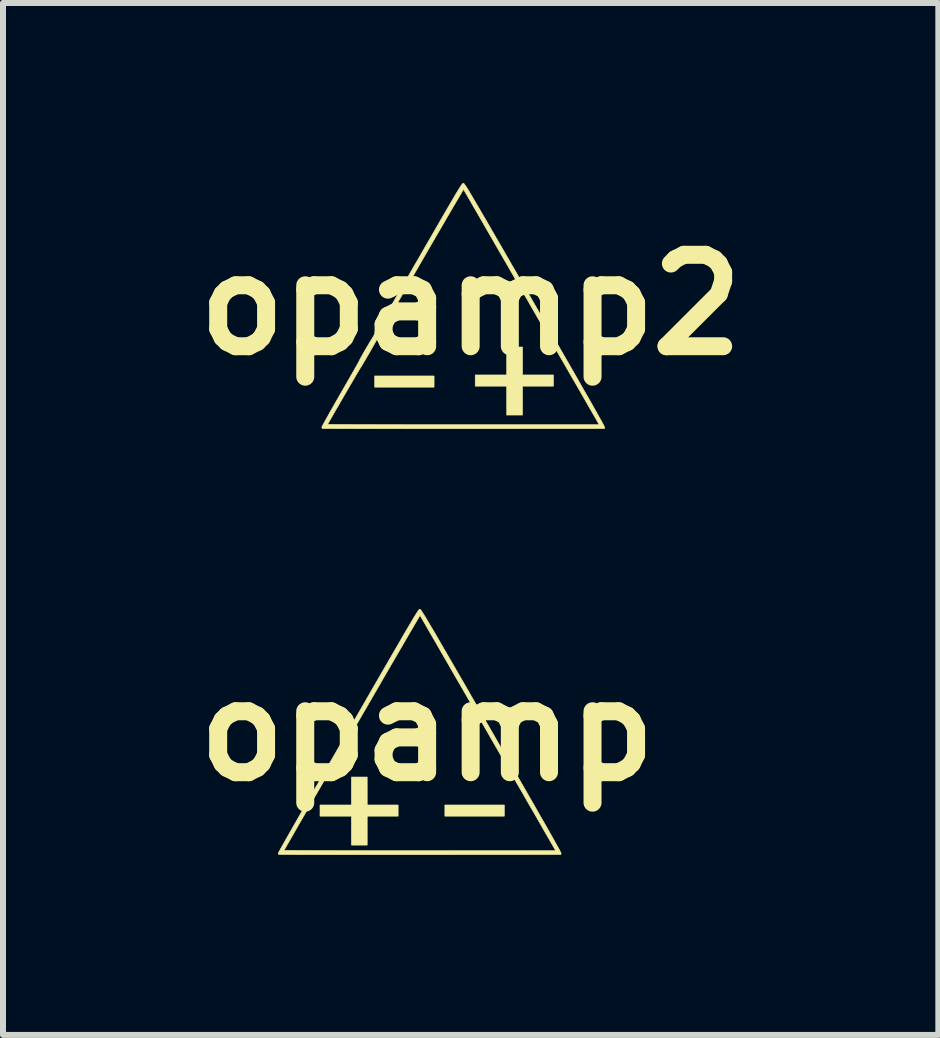
<source format=kicad_pcb>
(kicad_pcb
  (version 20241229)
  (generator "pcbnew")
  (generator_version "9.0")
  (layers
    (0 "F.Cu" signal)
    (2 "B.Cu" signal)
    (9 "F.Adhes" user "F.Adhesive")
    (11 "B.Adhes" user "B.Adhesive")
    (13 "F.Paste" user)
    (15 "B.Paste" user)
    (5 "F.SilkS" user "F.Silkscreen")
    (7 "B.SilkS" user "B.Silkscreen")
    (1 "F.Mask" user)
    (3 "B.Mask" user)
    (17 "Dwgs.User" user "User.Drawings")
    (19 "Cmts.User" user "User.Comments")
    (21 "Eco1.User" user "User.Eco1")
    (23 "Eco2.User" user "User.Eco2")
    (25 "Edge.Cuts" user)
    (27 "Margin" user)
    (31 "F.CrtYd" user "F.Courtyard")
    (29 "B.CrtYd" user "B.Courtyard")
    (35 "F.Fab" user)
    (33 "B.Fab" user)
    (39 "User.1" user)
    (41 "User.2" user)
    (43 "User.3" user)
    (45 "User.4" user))
  (footprint "opamp2"
    (layer "F.Cu")
    (at 4.797 2.033)
    (property "Reference" "opamp2" (at 0 0 0) (layer "F.SilkS") (effects (font (size 1.524 1.524) (thickness 0.3))))
    (attr through_hole)
    (fp_poly (pts (xy -0.61 1.372) (xy -1.6 1.372) (xy -1.6 1.185) (xy -0.61 1.185) (xy -0.61 1.372)) (stroke (width 0.01) (type solid)) (fill yes) (layer "F.SilkS"))
    (fp_poly (pts (xy 0.864 1.168) (xy 1.38 1.168) (xy 1.38 1.355) (xy 0.864 1.355) (xy 0.864 1.837) (xy 0.601 1.837) (xy 0.601 1.355) (xy 0.076 1.355) (xy 0.076 1.168) (xy 0.601 1.168) (xy 0.601 0.703) (xy 0.864 0.703) (xy 0.864 1.168)) (stroke (width 0.01) (type solid)) (fill yes) (layer "F.SilkS"))
    (fp_poly (pts (xy -0.12 -2.027) (xy -0.117 -2.026) (xy -0.113 -2.023) (xy -0.108 -2.018) (xy -0.102 -2.01) (xy -0.094 -1.999) (xy -0.084 -1.984) (xy -0.071 -1.965) (xy -0.057 -1.942) (xy -0.039 -1.913) (xy -0.018 -1.879) (xy 0.006 -1.838) (xy 0.034 -1.791) (xy 0.066 -1.736) (xy 0.103 -1.674) (xy 0.144 -1.604) (xy 0.19 -1.524) (xy 0.242 -1.436) (xy 0.299 -1.338) (xy 0.361 -1.229) (xy 0.43 -1.11) (xy 0.506 -0.98) (xy 0.588 -0.837) (xy 0.677 -0.683) (xy 0.774 -0.515) (xy 0.878 -0.335) (xy 0.99 -0.14) (xy 1.069 -0.004) (xy 1.197 0.219) (xy 1.318 0.428) (xy 1.43 0.623) (xy 1.534 0.804) (xy 1.631 0.972) (xy 1.719 1.126) (xy 1.8 1.267) (xy 1.873 1.396) (xy 1.94 1.512) (xy 1.999 1.615) (xy 2.051 1.707) (xy 2.096 1.787) (xy 2.134 1.855) (xy 2.166 1.913) (xy 2.192 1.959) (xy 2.211 1.995) (xy 2.224 2.02) (xy 2.232 2.035) (xy 2.233 2.04) (xy 2.231 2.062) (xy -0.119 2.064) (xy -0.318 2.064) (xy -0.512 2.064) (xy -0.701 2.064) (xy -0.884 2.064) (xy -1.06 2.064) (xy -1.23 2.064) (xy -1.392 2.064) (xy -1.545 2.064) (xy -1.689 2.064) (xy -1.823 2.064) (xy -1.947 2.063) (xy -2.059 2.063) (xy -2.159 2.063) (xy -2.247 2.062) (xy -2.322 2.062) (xy -2.383 2.062) (xy -2.429 2.061) (xy -2.459 2.061) (xy -2.474 2.06) (xy -2.475 2.06) (xy -2.48 2.048) (xy -2.481 2.038) (xy -2.477 2.028) (xy -2.465 2.004) (xy -2.458 1.992) (xy -2.385 1.992) (xy -2.377 1.992) (xy -2.353 1.993) (xy -2.313 1.993) (xy -2.258 1.994) (xy -2.189 1.994) (xy -2.107 1.995) (xy -2.012 1.995) (xy -1.905 1.996) (xy -1.786 1.996) (xy -1.657 1.996) (xy -1.517 1.997) (xy -1.369 1.997) (xy -1.211 1.997) (xy -1.046 1.998) (xy -0.874 1.998) (xy -0.695 1.998) (xy -0.51 1.998) (xy -0.32 1.998) (xy -0.125 1.998) (xy 2.143 1.998) (xy 2.133 1.979) (xy 2.127 1.969) (xy 2.113 1.944) (xy 2.092 1.907) (xy 2.063 1.857) (xy 2.028 1.796) (xy 1.986 1.724) (xy 1.939 1.642) (xy 1.887 1.551) (xy 1.829 1.45) (xy 1.767 1.342) (xy 1.7 1.227) (xy 1.63 1.105) (xy 1.557 0.978) (xy 1.48 0.846) (xy 1.402 0.709) (xy 1.321 0.569) (xy 1.239 0.426) (xy 1.155 0.281) (xy 1.071 0.135) (xy 0.987 -0.011) (xy 0.902 -0.158) (xy 0.818 -0.303) (xy 0.735 -0.447) (xy 0.654 -0.588) (xy 0.574 -0.727) (xy 0.496 -0.861) (xy 0.421 -0.991) (xy 0.35 -1.115) (xy 0.281 -1.234) (xy 0.217 -1.345) (xy 0.157 -1.449) (xy 0.102 -1.545) (xy 0.051 -1.632) (xy 0.007 -1.709) (xy -0.031 -1.775) (xy -0.063 -1.83) (xy -0.088 -1.873) (xy -0.106 -1.904) (xy -0.116 -1.921) (xy -0.118 -1.924) (xy -0.123 -1.918) (xy -0.136 -1.898) (xy -0.155 -1.864) (xy -0.182 -1.819) (xy -0.215 -1.763) (xy -0.254 -1.697) (xy -0.299 -1.621) (xy -0.347 -1.538) (xy -0.401 -1.447) (xy -0.457 -1.349) (xy -0.517 -1.246) (xy -0.58 -1.139) (xy -0.644 -1.028) (xy -0.71 -0.914) (xy -0.777 -0.798) (xy -0.845 -0.681) (xy -0.912 -0.564) (xy -0.979 -0.449) (xy -1.045 -0.335) (xy -1.109 -0.223) (xy -1.171 -0.116) (xy -1.231 -0.013) (xy -1.287 0.085) (xy -1.339 0.176) (xy -1.387 0.259) (xy -1.43 0.335) (xy -1.468 0.401) (xy -1.5 0.457) (xy -1.525 0.503) (xy -1.544 0.536) (xy -1.555 0.556) (xy -1.558 0.562) (xy -1.564 0.576) (xy -1.578 0.602) (xy -1.597 0.637) (xy -1.621 0.68) (xy -1.649 0.728) (xy -1.678 0.78) (xy -1.709 0.832) (xy -1.739 0.884) (xy -1.767 0.933) (xy -1.793 0.976) (xy -1.814 1.012) (xy -1.83 1.038) (xy -1.839 1.052) (xy -1.841 1.054) (xy -1.846 1.062) (xy -1.859 1.083) (xy -1.878 1.116) (xy -1.904 1.159) (xy -1.934 1.211) (xy -1.968 1.27) (xy -2.006 1.334) (xy -2.046 1.403) (xy -2.087 1.474) (xy -2.129 1.546) (xy -2.171 1.618) (xy -2.211 1.689) (xy -2.25 1.755) (xy -2.286 1.817) (xy -2.317 1.872) (xy -2.345 1.92) (xy -2.366 1.958) (xy -2.382 1.985) (xy -2.385 1.992) (xy -2.458 1.992) (xy -2.445 1.969) (xy -2.42 1.922) (xy -2.388 1.865) (xy -2.352 1.8) (xy -2.311 1.728) (xy -2.266 1.649) (xy -2.217 1.564) (xy -2.172 1.485) (xy -2.121 1.397) (xy -2.074 1.314) (xy -2.029 1.236) (xy -1.988 1.165) (xy -1.952 1.102) (xy -1.921 1.047) (xy -1.896 1.003) (xy -1.878 0.97) (xy -1.866 0.949) (xy -1.863 0.942) (xy -1.859 0.932) (xy -1.847 0.91) (xy -1.83 0.879) (xy -1.808 0.84) (xy -1.784 0.797) (xy -1.758 0.751) (xy -1.731 0.706) (xy -1.706 0.663) (xy -1.684 0.626) (xy -1.665 0.595) (xy -1.653 0.577) (xy -1.645 0.564) (xy -1.63 0.538) (xy -1.607 0.499) (xy -1.577 0.448) (xy -1.54 0.385) (xy -1.497 0.311) (xy -1.448 0.227) (xy -1.394 0.134) (xy -1.335 0.033) (xy -1.272 -0.077) (xy -1.205 -0.193) (xy -1.135 -0.315) (xy -1.061 -0.442) (xy -0.985 -0.574) (xy -0.907 -0.71) (xy -0.884 -0.748) (xy -0.792 -0.909) (xy -0.707 -1.056) (xy -0.63 -1.189) (xy -0.56 -1.31) (xy -0.498 -1.418) (xy -0.442 -1.515) (xy -0.392 -1.601) (xy -0.347 -1.677) (xy -0.309 -1.743) (xy -0.275 -1.801) (xy -0.246 -1.85) (xy -0.221 -1.892) (xy -0.2 -1.926) (xy -0.182 -1.954) (xy -0.168 -1.977) (xy -0.156 -1.994) (xy -0.147 -2.007) (xy -0.14 -2.016) (xy -0.134 -2.022) (xy -0.129 -2.026) (xy -0.126 -2.027) (xy -0.123 -2.028) (xy -0.12 -2.027)) (stroke (width 0.01) (type solid)) (fill yes) (layer "F.SilkS")))
  (footprint "opamp"
    (layer "F.Cu")
    (at 4.071 9.135)
    (property "Reference" "opamp" (at 0 0 0) (layer "F.SilkS") (effects (font (size 1.524 1.524) (thickness 0.3))))
    (attr through_hole)
    (fp_poly (pts (xy 1.287 1.422) (xy 0.296 1.422) (xy 0.296 1.236) (xy 1.287 1.236) (xy 1.287 1.422)) (stroke (width 0.01) (type solid)) (fill yes) (layer "F.SilkS"))
    (fp_poly (pts (xy -0.999 1.236) (xy -0.483 1.236) (xy -0.483 1.422) (xy -0.999 1.422) (xy -0.999 1.905) (xy -1.262 1.905) (xy -1.262 1.422) (xy -1.786 1.422) (xy -1.786 1.236) (xy -1.262 1.236) (xy -1.262 0.77) (xy -0.999 0.77) (xy -0.999 1.236)) (stroke (width 0.01) (type solid)) (fill yes) (layer "F.SilkS"))
    (fp_poly (pts (xy -0.12 -2.027) (xy -0.117 -2.026) (xy -0.113 -2.023) (xy -0.108 -2.018) (xy -0.102 -2.01) (xy -0.094 -1.999) (xy -0.084 -1.984) (xy -0.071 -1.965) (xy -0.057 -1.942) (xy -0.039 -1.913) (xy -0.018 -1.879) (xy 0.006 -1.838) (xy 0.034 -1.791) (xy 0.066 -1.736) (xy 0.103 -1.674) (xy 0.144 -1.604) (xy 0.19 -1.525) (xy 0.241 -1.436) (xy 0.298 -1.338) (xy 0.361 -1.23) (xy 0.43 -1.111) (xy 0.505 -0.98) (xy 0.588 -0.838) (xy 0.677 -0.683) (xy 0.773 -0.516) (xy 0.878 -0.335) (xy 0.99 -0.141) (xy 1.069 -0.004) (xy 1.197 0.219) (xy 1.318 0.428) (xy 1.43 0.623) (xy 1.534 0.804) (xy 1.631 0.972) (xy 1.719 1.126) (xy 1.8 1.267) (xy 1.873 1.396) (xy 1.94 1.512) (xy 1.999 1.615) (xy 2.051 1.707) (xy 2.096 1.787) (xy 2.134 1.855) (xy 2.166 1.913) (xy 2.192 1.959) (xy 2.211 1.995) (xy 2.224 2.02) (xy 2.232 2.035) (xy 2.233 2.04) (xy 2.231 2.062) (xy -0.119 2.064) (xy -0.318 2.064) (xy -0.512 2.064) (xy -0.701 2.064) (xy -0.884 2.064) (xy -1.06 2.064) (xy -1.23 2.064) (xy -1.392 2.064) (xy -1.545 2.064) (xy -1.689 2.064) (xy -1.823 2.064) (xy -1.947 2.063) (xy -2.059 2.063) (xy -2.159 2.063) (xy -2.247 2.062) (xy -2.322 2.062) (xy -2.383 2.062) (xy -2.429 2.061) (xy -2.459 2.061) (xy -2.474 2.06) (xy -2.475 2.06) (xy -2.48 2.048) (xy -2.481 2.037) (xy -2.476 2.028) (xy -2.464 2.005) (xy -2.456 1.992) (xy -2.385 1.992) (xy -2.377 1.992) (xy -2.353 1.993) (xy -2.313 1.993) (xy -2.258 1.994) (xy -2.189 1.994) (xy -2.107 1.995) (xy -2.012 1.995) (xy -1.905 1.996) (xy -1.786 1.996) (xy -1.657 1.996) (xy -1.517 1.997) (xy -1.369 1.997) (xy -1.211 1.997) (xy -1.046 1.998) (xy -0.874 1.998) (xy -0.695 1.998) (xy -0.51 1.998) (xy -0.32 1.998) (xy -0.125 1.998) (xy 2.143 1.998) (xy 2.133 1.979) (xy 2.127 1.969) (xy 2.113 1.944) (xy 2.092 1.907) (xy 2.063 1.858) (xy 2.028 1.796) (xy 1.986 1.724) (xy 1.939 1.642) (xy 1.887 1.551) (xy 1.829 1.45) (xy 1.767 1.342) (xy 1.7 1.227) (xy 1.63 1.105) (xy 1.557 0.978) (xy 1.48 0.846) (xy 1.402 0.709) (xy 1.321 0.569) (xy 1.239 0.426) (xy 1.155 0.281) (xy 1.071 0.135) (xy 0.987 -0.011) (xy 0.902 -0.158) (xy 0.818 -0.303) (xy 0.735 -0.447) (xy 0.654 -0.588) (xy 0.574 -0.727) (xy 0.496 -0.861) (xy 0.421 -0.991) (xy 0.35 -1.115) (xy 0.281 -1.234) (xy 0.217 -1.345) (xy 0.157 -1.449) (xy 0.102 -1.545) (xy 0.051 -1.632) (xy 0.007 -1.709) (xy -0.031 -1.775) (xy -0.063 -1.83) (xy -0.088 -1.873) (xy -0.106 -1.904) (xy -0.116 -1.921) (xy -0.118 -1.924) (xy -0.123 -1.918) (xy -0.135 -1.897) (xy -0.155 -1.863) (xy -0.183 -1.816) (xy -0.217 -1.758) (xy -0.257 -1.689) (xy -0.304 -1.609) (xy -0.356 -1.52) (xy -0.412 -1.422) (xy -0.474 -1.316) (xy -0.54 -1.203) (xy -0.61 -1.083) (xy -0.683 -0.957) (xy -0.759 -0.826) (xy -0.837 -0.691) (xy -0.918 -0.551) (xy -1 -0.409) (xy -1.084 -0.265) (xy -1.168 -0.119) (xy -1.253 0.028) (xy -1.338 0.175) (xy -1.423 0.321) (xy -1.507 0.466) (xy -1.589 0.608) (xy -1.67 0.748) (xy -1.748 0.884) (xy -1.824 1.016) (xy -1.898 1.142) (xy -1.967 1.263) (xy -2.033 1.378) (xy -2.095 1.485) (xy -2.152 1.584) (xy -2.204 1.675) (xy -2.251 1.756) (xy -2.291 1.827) (xy -2.326 1.887) (xy -2.353 1.935) (xy -2.374 1.971) (xy -2.385 1.992) (xy -2.456 1.992) (xy -2.444 1.969) (xy -2.416 1.92) (xy -2.382 1.859) (xy -2.34 1.785) (xy -2.292 1.701) (xy -2.239 1.607) (xy -2.179 1.502) (xy -2.114 1.388) (xy -2.044 1.266) (xy -1.969 1.135) (xy -1.89 0.997) (xy -1.806 0.852) (xy -1.72 0.701) (xy -1.629 0.544) (xy -1.536 0.382) (xy -1.44 0.215) (xy -1.342 0.045) (xy -1.314 -0.004) (xy -1.196 -0.208) (xy -1.086 -0.398) (xy -0.985 -0.574) (xy -0.891 -0.737) (xy -0.804 -0.887) (xy -0.724 -1.026) (xy -0.651 -1.152) (xy -0.584 -1.268) (xy -0.523 -1.373) (xy -0.468 -1.467) (xy -0.419 -1.553) (xy -0.375 -1.629) (xy -0.335 -1.696) (xy -0.3 -1.756) (xy -0.269 -1.808) (xy -0.243 -1.853) (xy -0.22 -1.891) (xy -0.2 -1.923) (xy -0.183 -1.95) (xy -0.169 -1.972) (xy -0.158 -1.989) (xy -0.149 -2.003) (xy -0.141 -2.013) (xy -0.135 -2.02) (xy -0.131 -2.024) (xy -0.127 -2.027) (xy -0.124 -2.028) (xy -0.123 -2.028) (xy -0.12 -2.027)) (stroke (width 0.01) (type solid)) (fill yes) (layer "F.SilkS")))
  (gr_rect
    (start -3 -3)
    (end 12.594 14.204)
    (stroke (width 0.1) (type default))
    (fill no)
    (layer "Edge.Cuts")))
</source>
